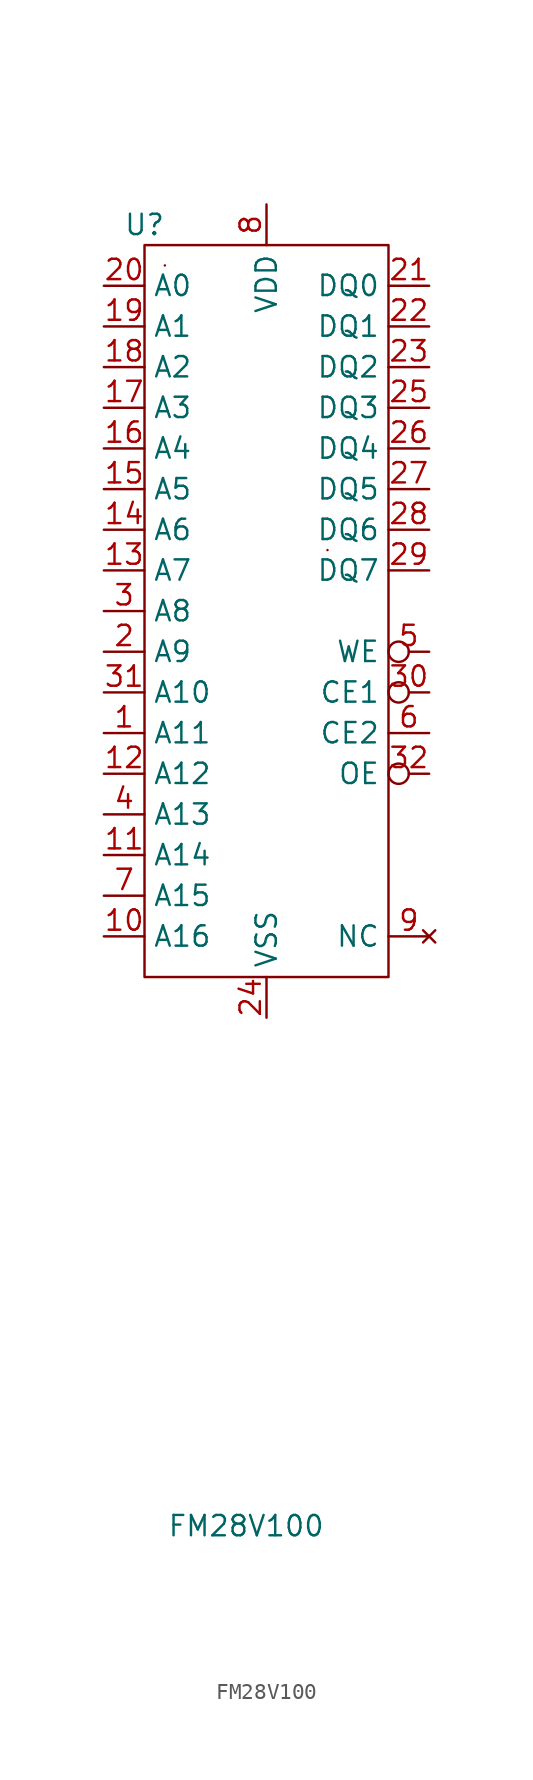
<source format=kicad_sym>
(kicad_symbol_lib
  (version 20211014)
  (generator kicad_symbol_editor)
  (symbol "FM28V100"
    (property "Reference" "U"
      (at -5.08 0 0)
      (effects (font (size 1.27 1.27))))
    (property "Value" "FM28V100"
      (at 1.27 -81.28 0)
      (effects (font (size 1.27 1.27))))
    (symbol "FM28V100_0_1"
      (rectangle (start -5.08 -1.27) (end 10.16 -46.99) (stroke (width 0) (type default) (color 0 0 0 0)) (fill (type none)))
      (rectangle (start -3.81 -2.54) (end -3.81 -2.54) (stroke (width 0) (type default) (color 0 0 0 0)) (fill (type none)))
      (rectangle (start 6.35 -20.32) (end 6.35 -20.32) (stroke (width 0) (type default) (color 0 0 0 0)) (fill (type none))))
    (symbol "FM28V100_1_1"
      (pin input line (at -7.62 -31.75 0) (length 2.54) (name "A11" (effects (font (size 1.27 1.27)))) (number "1" (effects (font (size 1.27 1.27)))))
      (pin input line (at -7.62 -44.45 0) (length 2.54) (name "A16" (effects (font (size 1.27 1.27)))) (number "10" (effects (font (size 1.27 1.27)))))
      (pin input line (at -7.62 -39.37 0) (length 2.54) (name "A14" (effects (font (size 1.27 1.27)))) (number "11" (effects (font (size 1.27 1.27)))))
      (pin input line (at -7.62 -34.29 0) (length 2.54) (name "A12" (effects (font (size 1.27 1.27)))) (number "12" (effects (font (size 1.27 1.27)))))
      (pin input line (at -7.62 -21.59 0) (length 2.54) (name "A7" (effects (font (size 1.27 1.27)))) (number "13" (effects (font (size 1.27 1.27)))))
      (pin input line (at -7.62 -19.05 0) (length 2.54) (name "A6" (effects (font (size 1.27 1.27)))) (number "14" (effects (font (size 1.27 1.27)))))
      (pin input line (at -7.62 -16.51 0) (length 2.54) (name "A5" (effects (font (size 1.27 1.27)))) (number "15" (effects (font (size 1.27 1.27)))))
      (pin input line (at -7.62 -13.97 0) (length 2.54) (name "A4" (effects (font (size 1.27 1.27)))) (number "16" (effects (font (size 1.27 1.27)))))
      (pin input line (at -7.62 -11.43 0) (length 2.54) (name "A3" (effects (font (size 1.27 1.27)))) (number "17" (effects (font (size 1.27 1.27)))))
      (pin input line (at -7.62 -8.89 0) (length 2.54) (name "A2" (effects (font (size 1.27 1.27)))) (number "18" (effects (font (size 1.27 1.27)))))
      (pin input line (at -7.62 -6.35 0) (length 2.54) (name "A1" (effects (font (size 1.27 1.27)))) (number "19" (effects (font (size 1.27 1.27)))))
      (pin input line (at -7.62 -26.67 0) (length 2.54) (name "A9" (effects (font (size 1.27 1.27)))) (number "2" (effects (font (size 1.27 1.27)))))
      (pin input line (at -7.62 -3.81 0) (length 2.54) (name "A0" (effects (font (size 1.27 1.27)))) (number "20" (effects (font (size 1.27 1.27)))))
      (pin bidirectional line (at 12.7 -3.81 180) (length 2.54) (name "DQ0" (effects (font (size 1.27 1.27)))) (number "21" (effects (font (size 1.27 1.27)))))
      (pin bidirectional line (at 12.7 -6.35 180) (length 2.54) (name "DQ1" (effects (font (size 1.27 1.27)))) (number "22" (effects (font (size 1.27 1.27)))))
      (pin bidirectional line (at 12.7 -8.89 180) (length 2.54) (name "DQ2" (effects (font (size 1.27 1.27)))) (number "23" (effects (font (size 1.27 1.27)))))
      (pin input line (at 2.54 -49.53 90) (length 2.54) (name "VSS" (effects (font (size 1.27 1.27)))) (number "24" (effects (font (size 1.27 1.27)))))
      (pin bidirectional line (at 12.7 -11.43 180) (length 2.54) (name "DQ3" (effects (font (size 1.27 1.27)))) (number "25" (effects (font (size 1.27 1.27)))))
      (pin bidirectional line (at 12.7 -13.97 180) (length 2.54) (name "DQ4" (effects (font (size 1.27 1.27)))) (number "26" (effects (font (size 1.27 1.27)))))
      (pin bidirectional line (at 12.7 -16.51 180) (length 2.54) (name "DQ5" (effects (font (size 1.27 1.27)))) (number "27" (effects (font (size 1.27 1.27)))))
      (pin bidirectional line (at 12.7 -19.05 180) (length 2.54) (name "DQ6" (effects (font (size 1.27 1.27)))) (number "28" (effects (font (size 1.27 1.27)))))
      (pin bidirectional line (at 12.7 -21.59 180) (length 2.54) (name "DQ7" (effects (font (size 1.27 1.27)))) (number "29" (effects (font (size 1.27 1.27)))))
      (pin input line (at -7.62 -24.13 0) (length 2.54) (name "A8" (effects (font (size 1.27 1.27)))) (number "3" (effects (font (size 1.27 1.27)))))
      (pin input inverted (at 12.7 -29.21 180) (length 2.54) (name "CE1" (effects (font (size 1.27 1.27)))) (number "30" (effects (font (size 1.27 1.27)))))
      (pin input line (at -7.62 -29.21 0) (length 2.54) (name "A10" (effects (font (size 1.27 1.27)))) (number "31" (effects (font (size 1.27 1.27)))))
      (pin output inverted (at 12.7 -34.29 180) (length 2.54) (name "OE" (effects (font (size 1.27 1.27)))) (number "32" (effects (font (size 1.27 1.27)))))
      (pin input line (at -7.62 -36.83 0) (length 2.54) (name "A13" (effects (font (size 1.27 1.27)))) (number "4" (effects (font (size 1.27 1.27)))))
      (pin input inverted (at 12.7 -26.67 180) (length 2.54) (name "WE" (effects (font (size 1.27 1.27)))) (number "5" (effects (font (size 1.27 1.27)))))
      (pin input line (at 12.7 -31.75 180) (length 2.54) (name "CE2" (effects (font (size 1.27 1.27)))) (number "6" (effects (font (size 1.27 1.27)))))
      (pin input line (at -7.62 -41.91 0) (length 2.54) (name "A15" (effects (font (size 1.27 1.27)))) (number "7" (effects (font (size 1.27 1.27)))))
      (pin input line (at 2.54 1.27 270) (length 2.54) (name "VDD" (effects (font (size 1.27 1.27)))) (number "8" (effects (font (size 1.27 1.27)))))
      (pin no_connect line (at 12.7 -44.45 180) (length 2.54) (name "NC" (effects (font (size 1.27 1.27)))) (number "9" (effects (font (size 1.27 1.27))))))))
</source>
